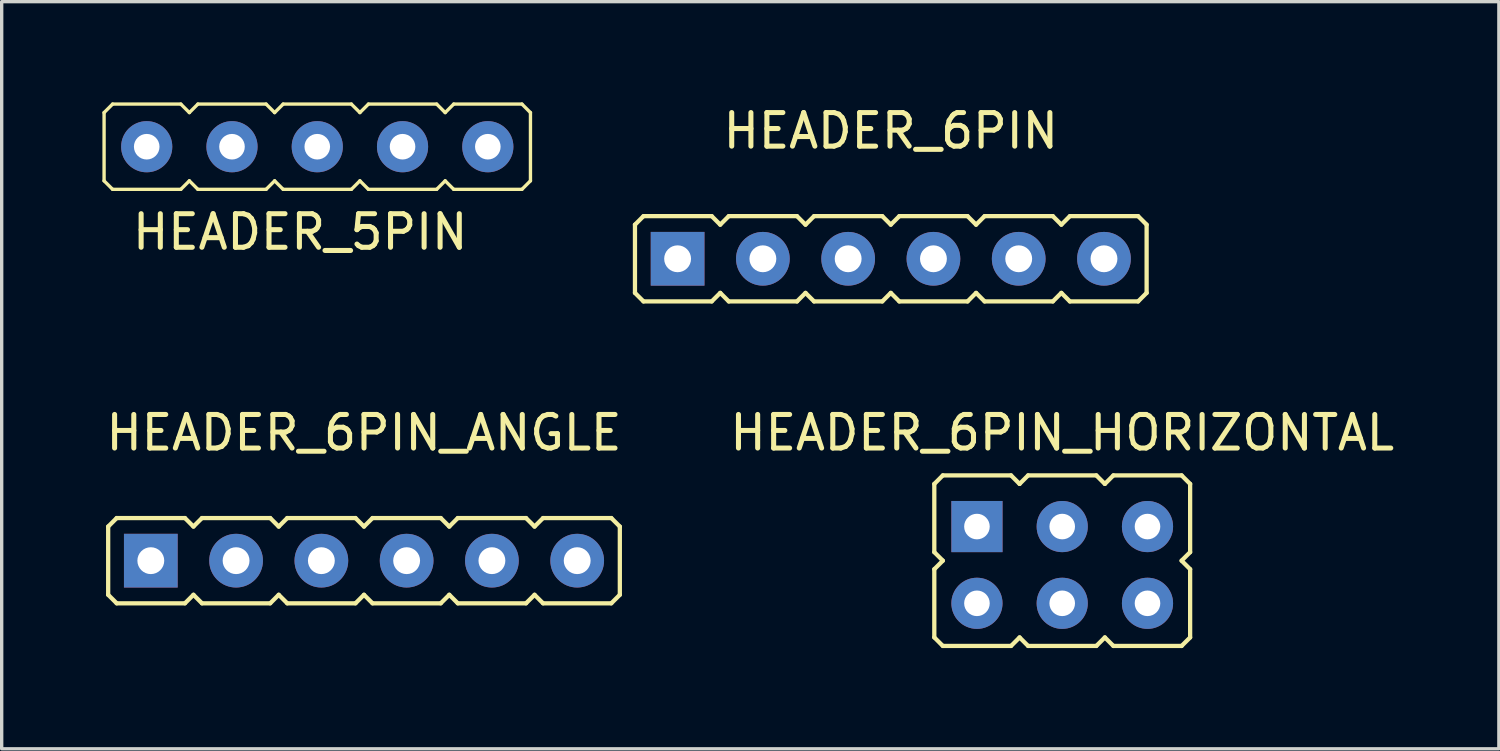
<source format=kicad_pcb>
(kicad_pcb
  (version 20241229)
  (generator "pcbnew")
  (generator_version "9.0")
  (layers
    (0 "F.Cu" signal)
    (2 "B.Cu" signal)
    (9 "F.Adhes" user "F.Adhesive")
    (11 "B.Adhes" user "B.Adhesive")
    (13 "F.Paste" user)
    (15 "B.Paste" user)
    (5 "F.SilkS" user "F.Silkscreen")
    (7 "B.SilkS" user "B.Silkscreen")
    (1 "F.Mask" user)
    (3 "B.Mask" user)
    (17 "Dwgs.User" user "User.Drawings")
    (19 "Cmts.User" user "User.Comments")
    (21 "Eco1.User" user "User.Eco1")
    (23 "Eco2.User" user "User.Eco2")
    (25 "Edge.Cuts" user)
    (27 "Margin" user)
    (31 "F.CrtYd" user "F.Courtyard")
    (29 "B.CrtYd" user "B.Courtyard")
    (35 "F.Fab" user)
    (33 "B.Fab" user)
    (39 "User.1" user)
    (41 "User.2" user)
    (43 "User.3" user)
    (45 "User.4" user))
  (footprint "HEADER_6PIN_HORIZONTAL"
    (layer "F.Cu")
    (at 28.589 13.65)
    (property "Reference" "HEADER_6PIN_HORIZONTAL" (at 0 -3.81 0) (layer "F.SilkS") (effects (font (size 1 1) (thickness 0.15))))
    (attr through_hole)
    (fp_line (start -3.81 -0.254) (end -3.81 -2.286) (stroke (width 0.127) (type solid)) (layer "F.SilkS"))
    (fp_line (start -3.81 0.254) (end -3.556 0) (stroke (width 0.127) (type solid)) (layer "F.SilkS"))
    (fp_line (start -3.81 2.286) (end -3.81 0.254) (stroke (width 0.127) (type solid)) (layer "F.SilkS"))
    (fp_line (start -3.556 -2.54) (end -3.81 -2.286) (stroke (width 0.127) (type solid)) (layer "F.SilkS"))
    (fp_line (start -3.556 -2.54) (end -1.524 -2.54) (stroke (width 0.127) (type solid)) (layer "F.SilkS"))
    (fp_line (start -3.556 0) (end -3.81 -0.254) (stroke (width 0.127) (type solid)) (layer "F.SilkS"))
    (fp_line (start -3.556 2.54) (end -3.81 2.286) (stroke (width 0.127) (type solid)) (layer "F.SilkS"))
    (fp_line (start -1.524 -2.54) (end -1.27 -2.286) (stroke (width 0.127) (type solid)) (layer "F.SilkS"))
    (fp_line (start -1.524 2.54) (end -3.556 2.54) (stroke (width 0.127) (type solid)) (layer "F.SilkS"))
    (fp_line (start -1.27 -2.286) (end -1.016 -2.54) (stroke (width 0.127) (type solid)) (layer "F.SilkS"))
    (fp_line (start -1.27 2.286) (end -1.524 2.54) (stroke (width 0.127) (type solid)) (layer "F.SilkS"))
    (fp_line (start -1.016 -2.54) (end 1.016 -2.54) (stroke (width 0.127) (type solid)) (layer "F.SilkS"))
    (fp_line (start -1.016 2.54) (end -1.27 2.286) (stroke (width 0.127) (type solid)) (layer "F.SilkS"))
    (fp_line (start 1.016 -2.54) (end 1.27 -2.286) (stroke (width 0.127) (type solid)) (layer "F.SilkS"))
    (fp_line (start 1.016 2.54) (end -1.016 2.54) (stroke (width 0.127) (type solid)) (layer "F.SilkS"))
    (fp_line (start 1.27 -2.286) (end 1.524 -2.54) (stroke (width 0.127) (type solid)) (layer "F.SilkS"))
    (fp_line (start 1.27 2.286) (end 1.016 2.54) (stroke (width 0.127) (type solid)) (layer "F.SilkS"))
    (fp_line (start 1.524 -2.54) (end 3.556 -2.54) (stroke (width 0.127) (type solid)) (layer "F.SilkS"))
    (fp_line (start 1.524 2.54) (end 1.27 2.286) (stroke (width 0.127) (type solid)) (layer "F.SilkS"))
    (fp_line (start 3.556 -2.54) (end 3.81 -2.286) (stroke (width 0.127) (type solid)) (layer "F.SilkS"))
    (fp_line (start 3.556 0) (end 3.81 0.254) (stroke (width 0.127) (type solid)) (layer "F.SilkS"))
    (fp_line (start 3.556 2.54) (end 1.524 2.54) (stroke (width 0.127) (type solid)) (layer "F.SilkS"))
    (fp_line (start 3.556 2.54) (end 3.81 2.286) (stroke (width 0.127) (type solid)) (layer "F.SilkS"))
    (fp_line (start 3.81 -2.286) (end 3.81 -0.254) (stroke (width 0.127) (type solid)) (layer "F.SilkS"))
    (fp_line (start 3.81 -0.254) (end 3.556 0) (stroke (width 0.127) (type solid)) (layer "F.SilkS"))
    (fp_line (start 3.81 0.254) (end 3.81 2.286) (stroke (width 0.127) (type solid)) (layer "F.SilkS"))
    (pad "1" thru_hole rect (at -2.54 -1.016) (size 1.524 1.524) (drill 0.762) (layers "*.Cu" "*.Mask"))
    (pad "2" thru_hole circle (at 0 -1.016) (size 1.524 1.524) (drill 0.762) (layers "*.Cu" "*.Mask"))
    (pad "3" thru_hole circle (at 2.54 -1.016) (size 1.524 1.524) (drill 0.762) (layers "*.Cu" "*.Mask"))
    (pad "4" thru_hole circle (at 2.54 1.27) (size 1.524 1.524) (drill 0.762) (layers "*.Cu" "*.Mask"))
    (pad "5" thru_hole circle (at 0 1.27) (size 1.524 1.524) (drill 0.762) (layers "*.Cu" "*.Mask"))
    (pad "6" thru_hole circle (at -2.54 1.27) (size 1.524 1.524) (drill 0.762) (layers "*.Cu" "*.Mask")))
  (footprint "HEADER_6PIN"
    (layer "F.Cu")
    (at 23.483 4.658)
    (property "Reference" "HEADER_6PIN" (at 0 -3.81 0) (layer "F.SilkS") (effects (font (size 1 1) (thickness 0.15))))
    (attr through_hole)
    (fp_line (start -7.62 1.016) (end -7.62 -1.016) (stroke (width 0.127) (type solid)) (layer "F.SilkS"))
    (fp_line (start -7.366 -1.27) (end -7.62 -1.016) (stroke (width 0.127) (type solid)) (layer "F.SilkS"))
    (fp_line (start -7.366 -1.27) (end -5.334 -1.27) (stroke (width 0.127) (type solid)) (layer "F.SilkS"))
    (fp_line (start -7.366 1.27) (end -7.62 1.016) (stroke (width 0.127) (type solid)) (layer "F.SilkS"))
    (fp_line (start -5.334 -1.27) (end -5.08 -1.016) (stroke (width 0.127) (type solid)) (layer "F.SilkS"))
    (fp_line (start -5.334 1.27) (end -7.366 1.27) (stroke (width 0.127) (type solid)) (layer "F.SilkS"))
    (fp_line (start -5.08 -1.016) (end -4.826 -1.27) (stroke (width 0.127) (type solid)) (layer "F.SilkS"))
    (fp_line (start -5.08 1.016) (end -5.334 1.27) (stroke (width 0.127) (type solid)) (layer "F.SilkS"))
    (fp_line (start -4.826 -1.27) (end -2.794 -1.27) (stroke (width 0.127) (type solid)) (layer "F.SilkS"))
    (fp_line (start -4.826 1.27) (end -5.08 1.016) (stroke (width 0.127) (type solid)) (layer "F.SilkS"))
    (fp_line (start -2.794 -1.27) (end -2.54 -1.016) (stroke (width 0.127) (type solid)) (layer "F.SilkS"))
    (fp_line (start -2.794 1.27) (end -4.826 1.27) (stroke (width 0.127) (type solid)) (layer "F.SilkS"))
    (fp_line (start -2.54 -1.016) (end -2.286 -1.27) (stroke (width 0.127) (type solid)) (layer "F.SilkS"))
    (fp_line (start -2.54 1.016) (end -2.794 1.27) (stroke (width 0.127) (type solid)) (layer "F.SilkS"))
    (fp_line (start -2.286 -1.27) (end -0.254 -1.27) (stroke (width 0.127) (type solid)) (layer "F.SilkS"))
    (fp_line (start -2.286 1.27) (end -2.54 1.016) (stroke (width 0.127) (type solid)) (layer "F.SilkS"))
    (fp_line (start -0.254 -1.27) (end 0 -1.016) (stroke (width 0.127) (type solid)) (layer "F.SilkS"))
    (fp_line (start -0.254 1.27) (end -2.286 1.27) (stroke (width 0.127) (type solid)) (layer "F.SilkS"))
    (fp_line (start 0 -1.016) (end 0.254 -1.27) (stroke (width 0.127) (type solid)) (layer "F.SilkS"))
    (fp_line (start 0 1.016) (end -0.254 1.27) (stroke (width 0.127) (type solid)) (layer "F.SilkS"))
    (fp_line (start 0.254 -1.27) (end 2.286 -1.27) (stroke (width 0.127) (type solid)) (layer "F.SilkS"))
    (fp_line (start 0.254 1.27) (end 0 1.016) (stroke (width 0.127) (type solid)) (layer "F.SilkS"))
    (fp_line (start 2.286 -1.27) (end 2.54 -1.016) (stroke (width 0.127) (type solid)) (layer "F.SilkS"))
    (fp_line (start 2.286 1.27) (end 0.254 1.27) (stroke (width 0.127) (type solid)) (layer "F.SilkS"))
    (fp_line (start 2.54 -1.016) (end 2.794 -1.27) (stroke (width 0.127) (type solid)) (layer "F.SilkS"))
    (fp_line (start 2.54 1.016) (end 2.286 1.27) (stroke (width 0.127) (type solid)) (layer "F.SilkS"))
    (fp_line (start 2.794 -1.27) (end 4.826 -1.27) (stroke (width 0.127) (type solid)) (layer "F.SilkS"))
    (fp_line (start 2.794 1.27) (end 2.54 1.016) (stroke (width 0.127) (type solid)) (layer "F.SilkS"))
    (fp_line (start 4.826 -1.27) (end 5.08 -1.016) (stroke (width 0.127) (type solid)) (layer "F.SilkS"))
    (fp_line (start 4.826 1.27) (end 2.794 1.27) (stroke (width 0.127) (type solid)) (layer "F.SilkS"))
    (fp_line (start 5.08 -1.016) (end 5.334 -1.27) (stroke (width 0.127) (type solid)) (layer "F.SilkS"))
    (fp_line (start 5.08 1.016) (end 4.826 1.27) (stroke (width 0.127) (type solid)) (layer "F.SilkS"))
    (fp_line (start 5.334 -1.27) (end 7.366 -1.27) (stroke (width 0.127) (type solid)) (layer "F.SilkS"))
    (fp_line (start 5.334 1.27) (end 5.08 1.016) (stroke (width 0.127) (type solid)) (layer "F.SilkS"))
    (fp_line (start 7.366 -1.27) (end 7.62 -1.016) (stroke (width 0.127) (type solid)) (layer "F.SilkS"))
    (fp_line (start 7.366 1.27) (end 5.334 1.27) (stroke (width 0.127) (type solid)) (layer "F.SilkS"))
    (fp_line (start 7.366 1.27) (end 7.62 1.016) (stroke (width 0.127) (type solid)) (layer "F.SilkS"))
    (fp_line (start 7.62 -1.016) (end 7.62 1.016) (stroke (width 0.127) (type solid)) (layer "F.SilkS"))
    (pad "1" thru_hole rect (at -6.35 0) (size 1.6 1.6) (drill 0.8) (layers "*.Cu" "*.Mask"))
    (pad "2" thru_hole circle (at -3.81 0) (size 1.6 1.6) (drill 0.8) (layers "*.Cu" "*.Mask"))
    (pad "3" thru_hole circle (at -1.27 0) (size 1.6 1.6) (drill 0.8) (layers "*.Cu" "*.Mask"))
    (pad "4" thru_hole circle (at 1.27 0) (size 1.6 1.6) (drill 0.8) (layers "*.Cu" "*.Mask"))
    (pad "5" thru_hole circle (at 3.81 0) (size 1.6 1.6) (drill 0.8) (layers "*.Cu" "*.Mask"))
    (pad "6" thru_hole circle (at 6.35 0) (size 1.6 1.6) (drill 0.8) (layers "*.Cu" "*.Mask")))
  (footprint "HEADER_6PIN_ANGLE"
    (layer "F.Cu")
    (at 7.792 13.65)
    (property "Reference" "HEADER_6PIN_ANGLE" (at 0 -3.81 0) (layer "F.SilkS") (effects (font (size 1 1) (thickness 0.15))))
    (attr through_hole)
    (fp_line (start -7.62 1.016) (end -7.62 -1.016) (stroke (width 0.127) (type solid)) (layer "F.SilkS"))
    (fp_line (start -7.366 -1.27) (end -7.62 -1.016) (stroke (width 0.127) (type solid)) (layer "F.SilkS"))
    (fp_line (start -7.366 -1.27) (end -5.334 -1.27) (stroke (width 0.127) (type solid)) (layer "F.SilkS"))
    (fp_line (start -7.366 1.27) (end -7.62 1.016) (stroke (width 0.127) (type solid)) (layer "F.SilkS"))
    (fp_line (start -5.334 -1.27) (end -5.08 -1.016) (stroke (width 0.127) (type solid)) (layer "F.SilkS"))
    (fp_line (start -5.334 1.27) (end -7.366 1.27) (stroke (width 0.127) (type solid)) (layer "F.SilkS"))
    (fp_line (start -5.08 -1.016) (end -4.826 -1.27) (stroke (width 0.127) (type solid)) (layer "F.SilkS"))
    (fp_line (start -5.08 1.016) (end -5.334 1.27) (stroke (width 0.127) (type solid)) (layer "F.SilkS"))
    (fp_line (start -4.826 -1.27) (end -2.794 -1.27) (stroke (width 0.127) (type solid)) (layer "F.SilkS"))
    (fp_line (start -4.826 1.27) (end -5.08 1.016) (stroke (width 0.127) (type solid)) (layer "F.SilkS"))
    (fp_line (start -2.794 -1.27) (end -2.54 -1.016) (stroke (width 0.127) (type solid)) (layer "F.SilkS"))
    (fp_line (start -2.794 1.27) (end -4.826 1.27) (stroke (width 0.127) (type solid)) (layer "F.SilkS"))
    (fp_line (start -2.54 -1.016) (end -2.286 -1.27) (stroke (width 0.127) (type solid)) (layer "F.SilkS"))
    (fp_line (start -2.54 1.016) (end -2.794 1.27) (stroke (width 0.127) (type solid)) (layer "F.SilkS"))
    (fp_line (start -2.286 -1.27) (end -0.254 -1.27) (stroke (width 0.127) (type solid)) (layer "F.SilkS"))
    (fp_line (start -2.286 1.27) (end -2.54 1.016) (stroke (width 0.127) (type solid)) (layer "F.SilkS"))
    (fp_line (start -0.254 -1.27) (end 0 -1.016) (stroke (width 0.127) (type solid)) (layer "F.SilkS"))
    (fp_line (start -0.254 1.27) (end -2.286 1.27) (stroke (width 0.127) (type solid)) (layer "F.SilkS"))
    (fp_line (start 0 -1.016) (end 0.254 -1.27) (stroke (width 0.127) (type solid)) (layer "F.SilkS"))
    (fp_line (start 0 1.016) (end -0.254 1.27) (stroke (width 0.127) (type solid)) (layer "F.SilkS"))
    (fp_line (start 0.254 -1.27) (end 2.286 -1.27) (stroke (width 0.127) (type solid)) (layer "F.SilkS"))
    (fp_line (start 0.254 1.27) (end 0 1.016) (stroke (width 0.127) (type solid)) (layer "F.SilkS"))
    (fp_line (start 2.286 -1.27) (end 2.54 -1.016) (stroke (width 0.127) (type solid)) (layer "F.SilkS"))
    (fp_line (start 2.286 1.27) (end 0.254 1.27) (stroke (width 0.127) (type solid)) (layer "F.SilkS"))
    (fp_line (start 2.54 -1.016) (end 2.794 -1.27) (stroke (width 0.127) (type solid)) (layer "F.SilkS"))
    (fp_line (start 2.54 1.016) (end 2.286 1.27) (stroke (width 0.127) (type solid)) (layer "F.SilkS"))
    (fp_line (start 2.794 -1.27) (end 4.826 -1.27) (stroke (width 0.127) (type solid)) (layer "F.SilkS"))
    (fp_line (start 2.794 1.27) (end 2.54 1.016) (stroke (width 0.127) (type solid)) (layer "F.SilkS"))
    (fp_line (start 4.826 -1.27) (end 5.08 -1.016) (stroke (width 0.127) (type solid)) (layer "F.SilkS"))
    (fp_line (start 4.826 1.27) (end 2.794 1.27) (stroke (width 0.127) (type solid)) (layer "F.SilkS"))
    (fp_line (start 5.08 -1.016) (end 5.334 -1.27) (stroke (width 0.127) (type solid)) (layer "F.SilkS"))
    (fp_line (start 5.08 1.016) (end 4.826 1.27) (stroke (width 0.127) (type solid)) (layer "F.SilkS"))
    (fp_line (start 5.334 -1.27) (end 7.366 -1.27) (stroke (width 0.127) (type solid)) (layer "F.SilkS"))
    (fp_line (start 5.334 1.27) (end 5.08 1.016) (stroke (width 0.127) (type solid)) (layer "F.SilkS"))
    (fp_line (start 7.366 -1.27) (end 7.62 -1.016) (stroke (width 0.127) (type solid)) (layer "F.SilkS"))
    (fp_line (start 7.366 1.27) (end 5.334 1.27) (stroke (width 0.127) (type solid)) (layer "F.SilkS"))
    (fp_line (start 7.366 1.27) (end 7.62 1.016) (stroke (width 0.127) (type solid)) (layer "F.SilkS"))
    (fp_line (start 7.62 -1.016) (end 7.62 1.016) (stroke (width 0.127) (type solid)) (layer "F.SilkS"))
    (pad "1" thru_hole rect (at -6.35 0) (size 1.6 1.6) (drill 0.8) (layers "*.Cu" "*.Mask"))
    (pad "2" thru_hole circle (at -3.81 0) (size 1.6 1.6) (drill 0.8) (layers "*.Cu" "*.Mask"))
    (pad "3" thru_hole circle (at -1.27 0) (size 1.6 1.6) (drill 0.8) (layers "*.Cu" "*.Mask"))
    (pad "4" thru_hole circle (at 1.27 0) (size 1.6 1.6) (drill 0.8) (layers "*.Cu" "*.Mask"))
    (pad "5" thru_hole circle (at 3.81 0) (size 1.6 1.6) (drill 0.8) (layers "*.Cu" "*.Mask"))
    (pad "6" thru_hole circle (at 6.35 0) (size 1.6 1.6) (drill 0.8) (layers "*.Cu" "*.Mask")))
  (footprint "HEADER_5PIN"
    (layer "F.Cu")
    (at 1.32 1.32)
    (property "Reference" "HEADER_5PIN" (at 4.572 2.54 0) (layer "F.SilkS") (effects (font (size 1 1) (thickness 0.15))))
    (attr through_hole)
    (fp_line (start -1.27 -1.016) (end -1.27 1.016) (stroke (width 0.1) (type solid)) (layer "F.SilkS"))
    (fp_line (start -1.27 -1.016) (end -1.016 -1.27) (stroke (width 0.1) (type solid)) (layer "F.SilkS"))
    (fp_line (start -1.016 -1.27) (end 1.016 -1.27) (stroke (width 0.1) (type solid)) (layer "F.SilkS"))
    (fp_line (start -1.016 1.27) (end -1.27 1.016) (stroke (width 0.1) (type solid)) (layer "F.SilkS"))
    (fp_line (start 1.016 -1.27) (end 1.27 -1.016) (stroke (width 0.1) (type solid)) (layer "F.SilkS"))
    (fp_line (start 1.016 1.27) (end -1.016 1.27) (stroke (width 0.1) (type solid)) (layer "F.SilkS"))
    (fp_line (start 1.27 -1.016) (end 1.524 -1.27) (stroke (width 0.1) (type solid)) (layer "F.SilkS"))
    (fp_line (start 1.27 1.016) (end 1.016 1.27) (stroke (width 0.1) (type solid)) (layer "F.SilkS"))
    (fp_line (start 1.524 -1.27) (end 3.556 -1.27) (stroke (width 0.1) (type solid)) (layer "F.SilkS"))
    (fp_line (start 1.524 1.27) (end 1.27 1.016) (stroke (width 0.1) (type solid)) (layer "F.SilkS"))
    (fp_line (start 3.556 -1.27) (end 3.81 -1.016) (stroke (width 0.1) (type solid)) (layer "F.SilkS"))
    (fp_line (start 3.556 1.27) (end 1.524 1.27) (stroke (width 0.1) (type solid)) (layer "F.SilkS"))
    (fp_line (start 3.81 -1.016) (end 4.064 -1.27) (stroke (width 0.1) (type solid)) (layer "F.SilkS"))
    (fp_line (start 3.81 1.016) (end 3.556 1.27) (stroke (width 0.1) (type solid)) (layer "F.SilkS"))
    (fp_line (start 4.064 -1.27) (end 6.096 -1.27) (stroke (width 0.1) (type solid)) (layer "F.SilkS"))
    (fp_line (start 4.064 1.27) (end 3.81 1.016) (stroke (width 0.1) (type solid)) (layer "F.SilkS"))
    (fp_line (start 6.096 -1.27) (end 6.35 -1.016) (stroke (width 0.1) (type solid)) (layer "F.SilkS"))
    (fp_line (start 6.096 1.27) (end 4.064 1.27) (stroke (width 0.1) (type solid)) (layer "F.SilkS"))
    (fp_line (start 6.35 -1.016) (end 6.604 -1.27) (stroke (width 0.1) (type solid)) (layer "F.SilkS"))
    (fp_line (start 6.35 1.016) (end 6.096 1.27) (stroke (width 0.1) (type solid)) (layer "F.SilkS"))
    (fp_line (start 6.604 -1.27) (end 8.636 -1.27) (stroke (width 0.1) (type solid)) (layer "F.SilkS"))
    (fp_line (start 6.604 1.27) (end 6.35 1.016) (stroke (width 0.1) (type solid)) (layer "F.SilkS"))
    (fp_line (start 8.636 -1.27) (end 8.89 -1.016) (stroke (width 0.1) (type solid)) (layer "F.SilkS"))
    (fp_line (start 8.636 1.27) (end 6.604 1.27) (stroke (width 0.1) (type solid)) (layer "F.SilkS"))
    (fp_line (start 8.89 -1.016) (end 9.144 -1.27) (stroke (width 0.1) (type solid)) (layer "F.SilkS"))
    (fp_line (start 8.89 1.016) (end 8.636 1.27) (stroke (width 0.1) (type solid)) (layer "F.SilkS"))
    (fp_line (start 9.144 -1.27) (end 11.176 -1.27) (stroke (width 0.1) (type solid)) (layer "F.SilkS"))
    (fp_line (start 9.144 1.27) (end 8.89 1.016) (stroke (width 0.1) (type solid)) (layer "F.SilkS"))
    (fp_line (start 11.176 -1.27) (end 11.43 -1.016) (stroke (width 0.1) (type solid)) (layer "F.SilkS"))
    (fp_line (start 11.176 1.27) (end 9.144 1.27) (stroke (width 0.1) (type solid)) (layer "F.SilkS"))
    (fp_line (start 11.43 -1.016) (end 11.43 1.016) (stroke (width 0.1) (type solid)) (layer "F.SilkS"))
    (fp_line (start 11.43 1.016) (end 11.176 1.27) (stroke (width 0.1) (type solid)) (layer "F.SilkS"))
    (pad "1" thru_hole circle (at 0 0) (size 1.524 1.524) (drill 0.762) (layers "*.Cu" "*.Mask"))
    (pad "2" thru_hole circle (at 2.54 0) (size 1.524 1.524) (drill 0.762) (layers "*.Cu" "*.Mask"))
    (pad "3" thru_hole circle (at 5.08 0) (size 1.524 1.524) (drill 0.762) (layers "*.Cu" "*.Mask"))
    (pad "4" thru_hole circle (at 7.62 0) (size 1.524 1.524) (drill 0.762) (layers "*.Cu" "*.Mask"))
    (pad "5" thru_hole circle (at 10.16 0) (size 1.524 1.524) (drill 0.762) (layers "*.Cu" "*.Mask")))
  (gr_rect
    (start -3 -3)
    (end 41.595 19.253)
    (stroke (width 0.1) (type default))
    (fill no)
    (layer "Edge.Cuts")))
</source>
